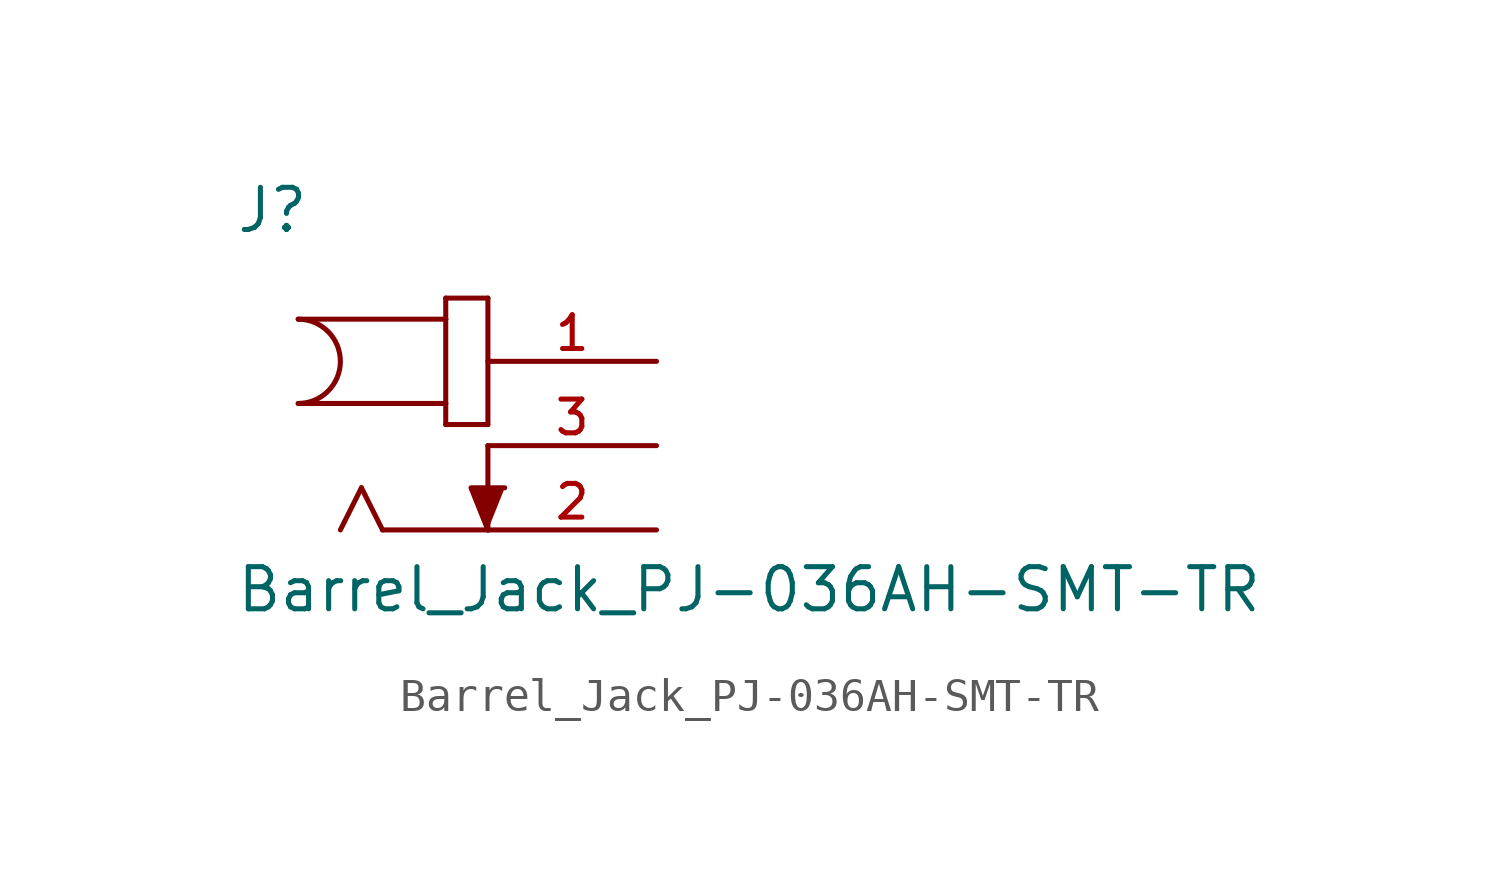
<source format=kicad_sym>
(kicad_symbol_lib
  (version 20201005)
  (generator kicad_symbol_editor)
  (symbol "NB3_power:Barrel_Jack_PJ-036AH-SMT-TR"
    (pin_names
      (offset 1.016) hide)
    (property "Reference" "J"
      (at 0 1.27 0)
      (effects (font (size 1.27 1.27)) (justify left bottom)))
    (property "Value" "Barrel_Jack_PJ-036AH-SMT-TR"
      (at 0 -10.16 0)
      (effects (font (size 1.27 1.27)) (justify left bottom)))
    (symbol "Barrel_Jack_PJ-036AH-SMT-TR_0_0"
      (arc (start 1.905 -3.81) (end 1.905 -1.27) (radius (at 1.905 -2.54) (length 1.27) (angles 89.9 -90)) (stroke (width 0.1524)) (fill (type none)))
      (polyline (pts (xy 1.905 -1.27) (xy 6.35 -1.27)) (stroke (width 0.152)) (fill (type none)))
      (polyline (pts (xy 3.81 -6.35) (xy 3.175 -7.62)) (stroke (width 0.152)) (fill (type none)))
      (polyline (pts (xy 4.445 -7.62) (xy 3.81 -6.35)) (stroke (width 0.152)) (fill (type none)))
      (polyline (pts (xy 6.35 -4.445) (xy 7.62 -4.445)) (stroke (width 0.152)) (fill (type none)))
      (polyline (pts (xy 6.35 -3.81) (xy 1.905 -3.81)) (stroke (width 0.152)) (fill (type none)))
      (polyline (pts (xy 6.35 -3.81) (xy 6.35 -4.445)) (stroke (width 0.152)) (fill (type none)))
      (polyline (pts (xy 6.35 -1.27) (xy 6.35 -3.81)) (stroke (width 0.152)) (fill (type none)))
      (polyline (pts (xy 6.35 -0.635) (xy 6.35 -1.27)) (stroke (width 0.152)) (fill (type none)))
      (polyline (pts (xy 7.62 -7.62) (xy 4.445 -7.62)) (stroke (width 0.152)) (fill (type none)))
      (polyline (pts (xy 7.62 -5.08) (xy 7.62 -7.62)) (stroke (width 0.152)) (fill (type none)))
      (polyline (pts (xy 7.62 -4.445) (xy 7.62 -0.635)) (stroke (width 0.152)) (fill (type none)))
      (polyline (pts (xy 7.62 -0.635) (xy 6.35 -0.635)) (stroke (width 0.152)) (fill (type none)))
      (polyline (pts (xy 7.62 -7.62) (xy 7.112 -6.35) (xy 8.128 -6.35)) (stroke (width 0.152)) (fill (type outline)))
      (pin passive line (at 12.7 -2.54 180) (length 5.08) (name "1" (effects (font (size 1.016 1.016)))) (number "1" (effects (font (size 1.016 1.016)))))
      (pin passive line (at 12.7 -7.62 180) (length 5.08) (name "2" (effects (font (size 1.016 1.016)))) (number "2" (effects (font (size 1.016 1.016)))))
      (pin passive line (at 12.7 -5.08 180) (length 5.08) (name "3" (effects (font (size 1.016 1.016)))) (number "3" (effects (font (size 1.016 1.016))))))))
</source>
